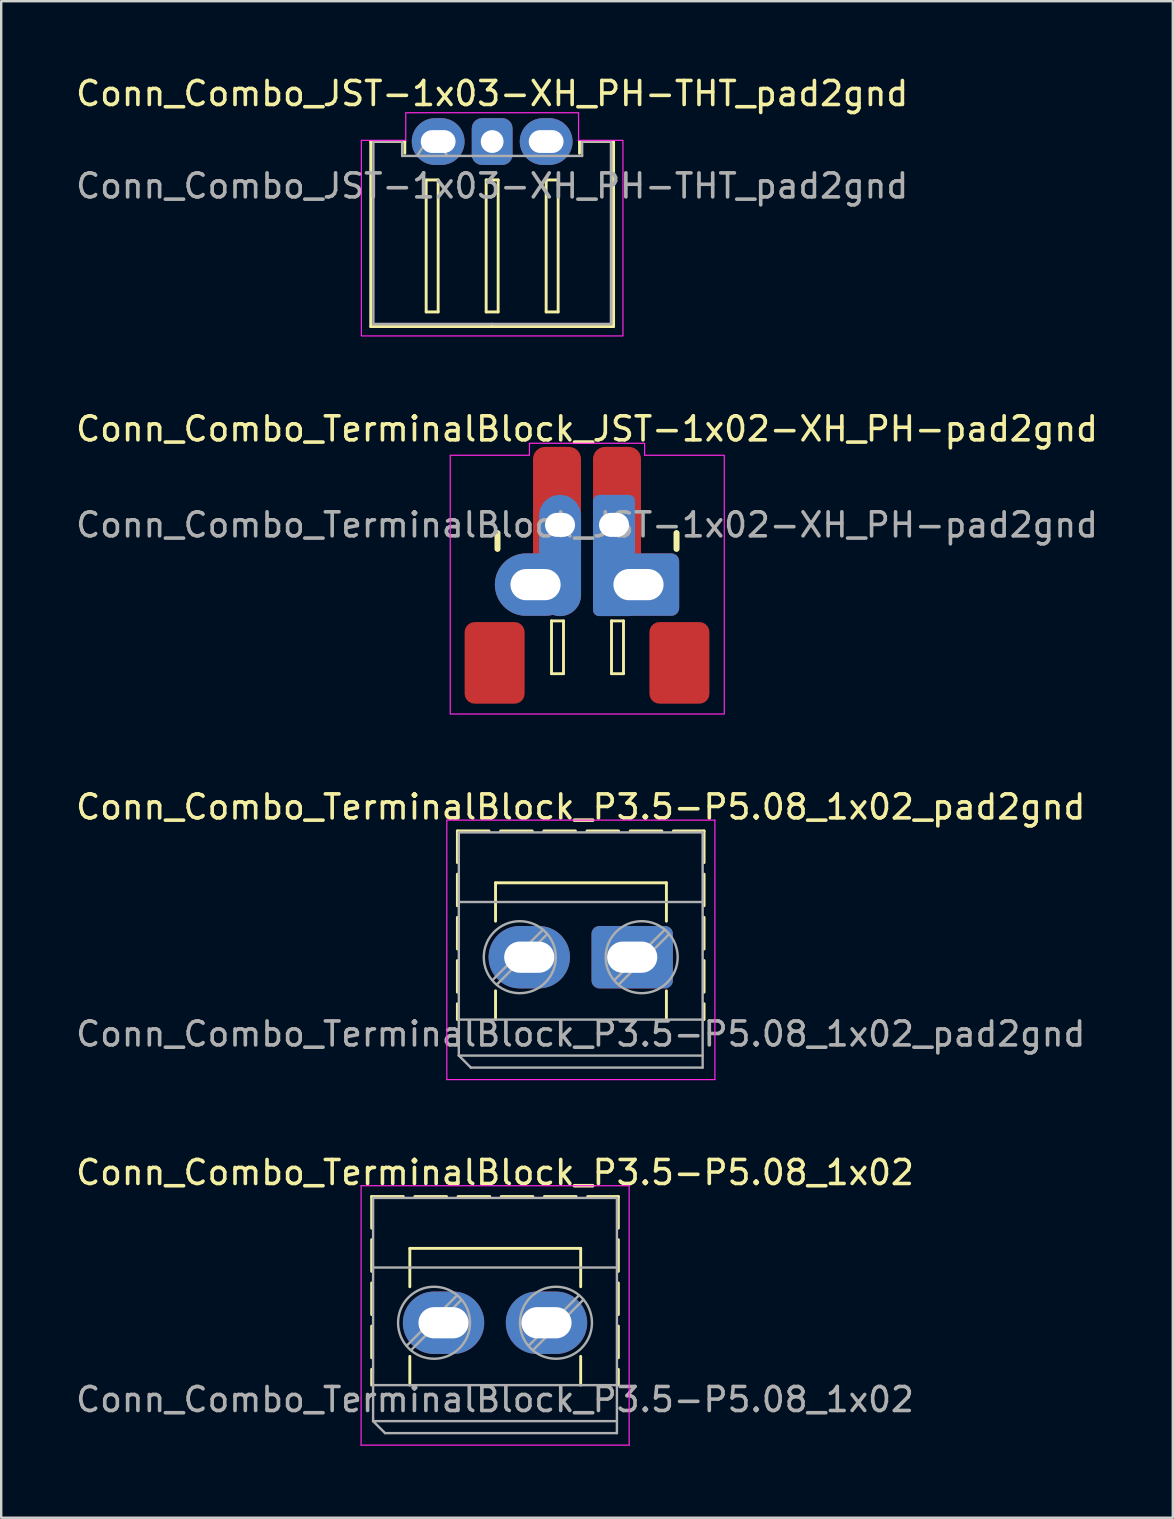
<source format=kicad_pcb>
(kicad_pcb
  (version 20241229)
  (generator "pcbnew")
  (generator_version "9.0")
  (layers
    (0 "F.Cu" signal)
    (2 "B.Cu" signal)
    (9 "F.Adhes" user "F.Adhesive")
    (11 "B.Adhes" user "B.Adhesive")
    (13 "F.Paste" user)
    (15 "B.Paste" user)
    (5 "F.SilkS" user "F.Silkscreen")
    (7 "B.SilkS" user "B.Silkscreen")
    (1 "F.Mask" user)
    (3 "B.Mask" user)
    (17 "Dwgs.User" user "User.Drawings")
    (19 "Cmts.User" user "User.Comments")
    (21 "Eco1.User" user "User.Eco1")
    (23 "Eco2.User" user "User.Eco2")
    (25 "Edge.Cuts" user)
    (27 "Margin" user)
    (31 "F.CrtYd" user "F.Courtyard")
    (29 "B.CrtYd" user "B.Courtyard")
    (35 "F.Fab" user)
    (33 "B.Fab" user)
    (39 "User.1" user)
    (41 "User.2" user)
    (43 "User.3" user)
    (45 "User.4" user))
  (footprint "Conn_Combo_TerminalBlock_P3.5-P5.08_1x02_pad2gnd"
    (layer "F.Cu")
    (at 18.609 36.836)
    (property "Reference" "Conn_Combo_TerminalBlock_P3.5-P5.08_1x02_pad2gnd" (at 2.54 -6.26 0) (layer "F.SilkS") (effects (font (size 1 1) (thickness 0.15))))
    (attr through_hole)
    (fp_line (start -2.6 -5.261) (end -2.6 2.6) (stroke (width 0.12) (type dash)) (layer "F.SilkS"))
    (fp_line (start -2.6 -5.261) (end 7.68 -5.261) (stroke (width 0.12) (type dash)) (layer "F.SilkS"))
    (fp_line (start -1.01 -3.1) (end -1.01 -1.5) (stroke (width 0.12) (type solid)) (layer "F.SilkS"))
    (fp_line (start -1.01 -3.1) (end 6.11 -3.1) (stroke (width 0.12) (type solid)) (layer "F.SilkS"))
    (fp_line (start -1.01 1.4) (end -1.01 2.6) (stroke (width 0.12) (type solid)) (layer "F.SilkS"))
    (fp_line (start 6.11 -3.1) (end 6.11 -1.5) (stroke (width 0.12) (type solid)) (layer "F.SilkS"))
    (fp_line (start 6.11 1.4) (end 6.11 2.6) (stroke (width 0.12) (type solid)) (layer "F.SilkS"))
    (fp_line (start 7.68 -5.261) (end 7.68 2.6) (stroke (width 0.12) (type dash)) (layer "F.SilkS"))
    (fp_line (start -3.04 -5.71) (end -3.04 5.1) (stroke (width 0.05) (type solid)) (layer "F.CrtYd"))
    (fp_line (start -3.04 5.1) (end 8.13 5.1) (stroke (width 0.05) (type solid)) (layer "F.CrtYd"))
    (fp_line (start 8.13 -5.71) (end -3.04 -5.71) (stroke (width 0.05) (type solid)) (layer "F.CrtYd"))
    (fp_line (start 8.13 5.1) (end 8.13 -5.71) (stroke (width 0.05) (type solid)) (layer "F.CrtYd"))
    (fp_line (start -2.54 -5.2) (end 7.62 -5.2) (stroke (width 0.1) (type solid)) (layer "F.Fab"))
    (fp_line (start -2.54 -2.3) (end 7.62 -2.3) (stroke (width 0.1) (type solid)) (layer "F.Fab"))
    (fp_line (start -2.54 2.6) (end 7.62 2.6) (stroke (width 0.1) (type solid)) (layer "F.Fab"))
    (fp_line (start -2.54 4.1) (end -2.54 -5.2) (stroke (width 0.1) (type solid)) (layer "F.Fab"))
    (fp_line (start -2.54 4.1) (end 7.62 4.1) (stroke (width 0.1) (type solid)) (layer "F.Fab"))
    (fp_line (start -2.04 4.6) (end -2.54 4.1) (stroke (width 0.1) (type solid)) (layer "F.Fab"))
    (fp_line (start 0.955 -1.138) (end -1.138 0.955) (stroke (width 0.1) (type solid)) (layer "F.Fab"))
    (fp_line (start 1.138 -0.955) (end -0.955 1.138) (stroke (width 0.1) (type solid)) (layer "F.Fab"))
    (fp_line (start 6.035 -1.138) (end 3.943 0.955) (stroke (width 0.1) (type solid)) (layer "F.Fab"))
    (fp_line (start 6.218 -0.955) (end 4.126 1.138) (stroke (width 0.1) (type solid)) (layer "F.Fab"))
    (fp_line (start 7.62 -5.2) (end 7.62 4.6) (stroke (width 0.1) (type solid)) (layer "F.Fab"))
    (fp_line (start 7.62 4.6) (end -2.04 4.6) (stroke (width 0.1) (type solid)) (layer "F.Fab"))
    (fp_circle (center 0 0) (end 1.5 0) (stroke (width 0.1) (type solid)) (fill no) (layer "F.Fab"))
    (fp_circle (center 5.08 0) (end 6.58 0) (stroke (width 0.1) (type solid)) (fill no) (layer "F.Fab"))
    (fp_text user "${REFERENCE}" (at 2.54 3.2 0) (layer "F.Fab") (effects (font (size 1 1) (thickness 0.15))))
    (pad "1" thru_hole oval (at 0.395 0) (size 3.39 2.6) (drill oval 2.09 1.3) (layers "*.Cu" "*.Mask"))
    (pad "2" thru_hole roundrect (at 4.685 0) (size 3.39 2.6) (drill oval 2.09 1.3) (layers "*.Cu" "*.Mask") (roundrect_rratio 0.125)))
  (footprint "Conn_Combo_TerminalBlock_JST-1x02-XH_PH-pad2gnd"
    (layer "F.Cu")
    (at 21.411 18.822)
    (property "Reference" "Conn_Combo_TerminalBlock_JST-1x02-XH_PH-pad2gnd" (at 0 -4 0) (layer "F.SilkS") (effects (font (size 1 1) (thickness 0.15))))
    (attr through_hole)
    (fp_line (start -3.73 0.34) (end -3.73 1) (stroke (width 0.25) (type solid)) (layer "F.SilkS"))
    (fp_line (start -1.48 4) (end -1.48 6.2) (stroke (width 0.12) (type solid)) (layer "F.SilkS"))
    (fp_line (start -1.48 6.2) (end -0.98 6.2) (stroke (width 0.12) (type solid)) (layer "F.SilkS"))
    (fp_line (start -0.98 4) (end -1.48 4) (stroke (width 0.12) (type solid)) (layer "F.SilkS"))
    (fp_line (start -0.98 6.2) (end -0.98 4) (stroke (width 0.12) (type solid)) (layer "F.SilkS"))
    (fp_line (start 1.02 4) (end 1.02 6.2) (stroke (width 0.12) (type solid)) (layer "F.SilkS"))
    (fp_line (start 1.02 6.2) (end 1.52 6.2) (stroke (width 0.12) (type solid)) (layer "F.SilkS"))
    (fp_line (start 1.52 4) (end 1.02 4) (stroke (width 0.12) (type solid)) (layer "F.SilkS"))
    (fp_line (start 1.52 6.2) (end 1.52 4) (stroke (width 0.12) (type solid)) (layer "F.SilkS"))
    (fp_line (start 3.73 0.34) (end 3.73 1) (stroke (width 0.25) (type solid)) (layer "F.SilkS"))
    (fp_poly (pts (xy -5.7 7.881) (xy 5.72 7.881) (xy 5.72 -2.9) (xy 2.4 -2.9) (xy 2.4 -3.4) (xy -2.4 -3.4) (xy -2.4 -2.9) (xy -5.7 -2.9)) (stroke (width 0.05) (type solid)) (fill no) (layer "F.CrtYd"))
    (fp_circle (center -3.75 0.32) (end -3.72 0.32) (stroke (width 0.06) (type solid)) (fill no) (layer "F.Fab"))
    (fp_text user "${REFERENCE}" (at 0 0 0) (layer "F.Fab") (effects (font (size 1 1) (thickness 0.15))))
    (pad "1" thru_hole oval (at -2.145 2.489) (size 3.39 2.6) (drill oval 2.09 1.3) (layers "*.Cu" "*.Mask"))
    (pad "1" smd roundrect (at -1.25 -0.75) (size 2 5) (layers "F.Cu" "F.Mask" "F.Paste") (roundrect_rratio 0.25))
    (pad "1" thru_hole oval (at -1.125 0) (size 1.75 5.05) (drill oval 1.25 1 (offset 0 1.275)) (layers "*.Cu" "*.Mask"))
    (pad "2" thru_hole roundrect (at 1.125 0) (size 1.75 5.05) (drill oval 1.25 1 (offset 0 1.275)) (layers "*.Cu" "*.Mask") (roundrect_rratio 0.143))
    (pad "2" smd roundrect (at 1.25 -0.75) (size 2 5) (layers "F.Cu" "F.Mask" "F.Paste") (roundrect_rratio 0.25))
    (pad "2" thru_hole roundrect (at 2.145 2.489) (size 3.39 2.6) (drill oval 2.09 1.3) (layers "*.Cu" "*.Mask") (roundrect_rratio 0.125))
    (pad "MP" smd roundrect (at -3.85 5.75) (size 2.5 3.4) (layers "F.Cu" "F.Mask" "F.Paste") (roundrect_rratio 0.167))
    (pad "MP" smd roundrect (at 3.85 5.75) (size 2.5 3.4) (layers "F.Cu" "F.Mask" "F.Paste") (roundrect_rratio 0.167)))
  (footprint "Conn_Combo_TerminalBlock_P3.5-P5.08_1x02"
    (layer "F.Cu")
    (at 15.037 52.069)
    (property "Reference" "Conn_Combo_TerminalBlock_P3.5-P5.08_1x02" (at 2.54 -6.26 0) (layer "F.SilkS") (effects (font (size 1 1) (thickness 0.15))))
    (attr through_hole)
    (fp_line (start -2.6 -5.261) (end -2.6 2.6) (stroke (width 0.12) (type dash)) (layer "F.SilkS"))
    (fp_line (start -2.6 -5.261) (end 7.68 -5.261) (stroke (width 0.12) (type dash)) (layer "F.SilkS"))
    (fp_line (start -1.01 -3.1) (end -1.01 -1.5) (stroke (width 0.12) (type solid)) (layer "F.SilkS"))
    (fp_line (start -1.01 -3.1) (end 6.11 -3.1) (stroke (width 0.12) (type solid)) (layer "F.SilkS"))
    (fp_line (start -1.01 1.4) (end -1.01 2.6) (stroke (width 0.12) (type solid)) (layer "F.SilkS"))
    (fp_line (start 6.11 -3.1) (end 6.11 -1.5) (stroke (width 0.12) (type solid)) (layer "F.SilkS"))
    (fp_line (start 6.11 1.4) (end 6.11 2.6) (stroke (width 0.12) (type solid)) (layer "F.SilkS"))
    (fp_line (start 7.68 -5.261) (end 7.68 2.6) (stroke (width 0.12) (type dash)) (layer "F.SilkS"))
    (fp_line (start -3.04 -5.71) (end -3.04 5.1) (stroke (width 0.05) (type solid)) (layer "F.CrtYd"))
    (fp_line (start -3.04 5.1) (end 8.13 5.1) (stroke (width 0.05) (type solid)) (layer "F.CrtYd"))
    (fp_line (start 8.13 -5.71) (end -3.04 -5.71) (stroke (width 0.05) (type solid)) (layer "F.CrtYd"))
    (fp_line (start 8.13 5.1) (end 8.13 -5.71) (stroke (width 0.05) (type solid)) (layer "F.CrtYd"))
    (fp_line (start -2.54 -5.2) (end 7.62 -5.2) (stroke (width 0.1) (type solid)) (layer "F.Fab"))
    (fp_line (start -2.54 -2.3) (end 7.62 -2.3) (stroke (width 0.1) (type solid)) (layer "F.Fab"))
    (fp_line (start -2.54 2.6) (end 7.62 2.6) (stroke (width 0.1) (type solid)) (layer "F.Fab"))
    (fp_line (start -2.54 4.1) (end -2.54 -5.2) (stroke (width 0.1) (type solid)) (layer "F.Fab"))
    (fp_line (start -2.54 4.1) (end 7.62 4.1) (stroke (width 0.1) (type solid)) (layer "F.Fab"))
    (fp_line (start -2.04 4.6) (end -2.54 4.1) (stroke (width 0.1) (type solid)) (layer "F.Fab"))
    (fp_line (start 0.955 -1.138) (end -1.138 0.955) (stroke (width 0.1) (type solid)) (layer "F.Fab"))
    (fp_line (start 1.138 -0.955) (end -0.955 1.138) (stroke (width 0.1) (type solid)) (layer "F.Fab"))
    (fp_line (start 6.035 -1.138) (end 3.943 0.955) (stroke (width 0.1) (type solid)) (layer "F.Fab"))
    (fp_line (start 6.218 -0.955) (end 4.126 1.138) (stroke (width 0.1) (type solid)) (layer "F.Fab"))
    (fp_line (start 7.62 -5.2) (end 7.62 4.6) (stroke (width 0.1) (type solid)) (layer "F.Fab"))
    (fp_line (start 7.62 4.6) (end -2.04 4.6) (stroke (width 0.1) (type solid)) (layer "F.Fab"))
    (fp_circle (center 0 0) (end 1.5 0) (stroke (width 0.1) (type solid)) (fill no) (layer "F.Fab"))
    (fp_circle (center 5.08 0) (end 6.58 0) (stroke (width 0.1) (type solid)) (fill no) (layer "F.Fab"))
    (fp_text user "${REFERENCE}" (at 2.54 3.2 0) (layer "F.Fab") (effects (font (size 1 1) (thickness 0.15))))
    (pad "1" thru_hole oval (at 0.395 0) (size 3.39 2.6) (drill oval 2.09 1.3) (layers "*.Cu" "*.Mask"))
    (pad "2" thru_hole oval (at 4.685 0) (size 3.39 2.6) (drill oval 2.09 1.3) (layers "*.Cu" "*.Mask")))
  (footprint "Conn_Combo_JST-1x03-XH_PH-THT_pad2gnd"
    (layer "F.Cu")
    (at 14.958 2.848)
    (property "Reference" "Conn_Combo_JST-1x03-XH_PH-THT_pad2gnd" (at 2.5 -2 0) (layer "F.SilkS") (effects (font (size 1 1) (thickness 0.15))))
    (attr through_hole)
    (fp_line (start -2.56 0) (end -1.14 0) (stroke (width 0.12) (type solid)) (layer "F.SilkS"))
    (fp_line (start -2.56 7.71) (end -2.56 0) (stroke (width 0.12) (type solid)) (layer "F.SilkS"))
    (fp_line (start -1.14 0) (end -1.14 0.49) (stroke (width 0.12) (type solid)) (layer "F.SilkS"))
    (fp_line (start -0.25 1.6) (end -0.25 7.1) (stroke (width 0.12) (type solid)) (layer "F.SilkS"))
    (fp_line (start -0.25 7.1) (end 0.25 7.1) (stroke (width 0.12) (type solid)) (layer "F.SilkS"))
    (fp_line (start 0.25 1.6) (end -0.25 1.6) (stroke (width 0.12) (type solid)) (layer "F.SilkS"))
    (fp_line (start 0.25 7.1) (end 0.25 1.6) (stroke (width 0.12) (type solid)) (layer "F.SilkS"))
    (fp_line (start 2.25 1.6) (end 2.25 7.1) (stroke (width 0.12) (type solid)) (layer "F.SilkS"))
    (fp_line (start 2.25 7.1) (end 2.75 7.1) (stroke (width 0.12) (type solid)) (layer "F.SilkS"))
    (fp_line (start 2.5 7.71) (end -2.56 7.71) (stroke (width 0.12) (type solid)) (layer "F.SilkS"))
    (fp_line (start 2.5 7.71) (end 7.56 7.71) (stroke (width 0.12) (type solid)) (layer "F.SilkS"))
    (fp_line (start 2.75 1.6) (end 2.25 1.6) (stroke (width 0.12) (type solid)) (layer "F.SilkS"))
    (fp_line (start 2.75 7.1) (end 2.75 1.6) (stroke (width 0.12) (type solid)) (layer "F.SilkS"))
    (fp_line (start 4.75 1.6) (end 4.75 7.1) (stroke (width 0.12) (type solid)) (layer "F.SilkS"))
    (fp_line (start 4.75 7.1) (end 5.25 7.1) (stroke (width 0.12) (type solid)) (layer "F.SilkS"))
    (fp_line (start 5.25 1.6) (end 4.75 1.6) (stroke (width 0.12) (type solid)) (layer "F.SilkS"))
    (fp_line (start 5.25 7.1) (end 5.25 1.6) (stroke (width 0.12) (type solid)) (layer "F.SilkS"))
    (fp_line (start 6.14 0) (end 6.14 0.49) (stroke (width 0.12) (type solid)) (layer "F.SilkS"))
    (fp_line (start 7.56 0) (end 6.14 0) (stroke (width 0.12) (type solid)) (layer "F.SilkS"))
    (fp_line (start 7.56 7.71) (end 7.56 0) (stroke (width 0.12) (type solid)) (layer "F.SilkS"))
    (fp_poly (pts (xy -2.95 8.1) (xy 7.95 8.1) (xy 7.95 -0.05) (xy 6.1 -0.05) (xy 6.1 -0.95) (xy 6.1 -1.2) (xy -1.1 -1.2) (xy -1.1 -0.05) (xy -2.95 -0.05)) (stroke (width 0.05) (type solid)) (fill no) (layer "F.CrtYd"))
    (fp_line (start -2.45 0) (end -1.25 0) (stroke (width 0.1) (type solid)) (layer "F.Fab"))
    (fp_line (start -2.45 7.6) (end -2.45 0) (stroke (width 0.1) (type solid)) (layer "F.Fab"))
    (fp_line (start -1.25 0) (end -1.25 0.6) (stroke (width 0.1) (type solid)) (layer "F.Fab"))
    (fp_line (start -1.25 0.6) (end 2.5 0.6) (stroke (width 0.1) (type solid)) (layer "F.Fab"))
    (fp_line (start -0.625 0.6) (end 0 -0.4) (stroke (width 0.1) (type solid)) (layer "F.Fab"))
    (fp_line (start 0 -0.4) (end 0.625 0.6) (stroke (width 0.1) (type solid)) (layer "F.Fab"))
    (fp_line (start 2.5 7.6) (end -2.45 7.6) (stroke (width 0.1) (type solid)) (layer "F.Fab"))
    (fp_line (start 2.5 7.6) (end 7.45 7.6) (stroke (width 0.1) (type solid)) (layer "F.Fab"))
    (fp_line (start 6.25 0) (end 6.25 0.6) (stroke (width 0.1) (type solid)) (layer "F.Fab"))
    (fp_line (start 6.25 0.6) (end 2.5 0.6) (stroke (width 0.1) (type solid)) (layer "F.Fab"))
    (fp_line (start 7.45 0) (end 6.25 0) (stroke (width 0.1) (type solid)) (layer "F.Fab"))
    (fp_line (start 7.45 7.6) (end 7.45 0) (stroke (width 0.1) (type solid)) (layer "F.Fab"))
    (fp_text user "${REFERENCE}" (at 2.5 1.85 0) (layer "F.Fab") (effects (font (size 1 1) (thickness 0.15))))
    (pad "1" thru_hole oval (at 0.25 0) (size 2.2 1.95) (drill oval 1.45 0.95) (layers "*.Cu" "*.Mask"))
    (pad "2" thru_hole roundrect (at 2.5 0) (size 1.7 1.95) (drill 0.95) (layers "*.Cu" "*.Mask") (roundrect_rratio 0.25))
    (pad "3" thru_hole oval (at 4.75 0) (size 2.2 1.95) (drill oval 1.45 0.95) (layers "*.Cu" "*.Mask")))
  (gr_rect
    (start -3 -3)
    (end 45.821 60.194)
    (stroke (width 0.1) (type default))
    (fill no)
    (layer "Edge.Cuts")))
</source>
